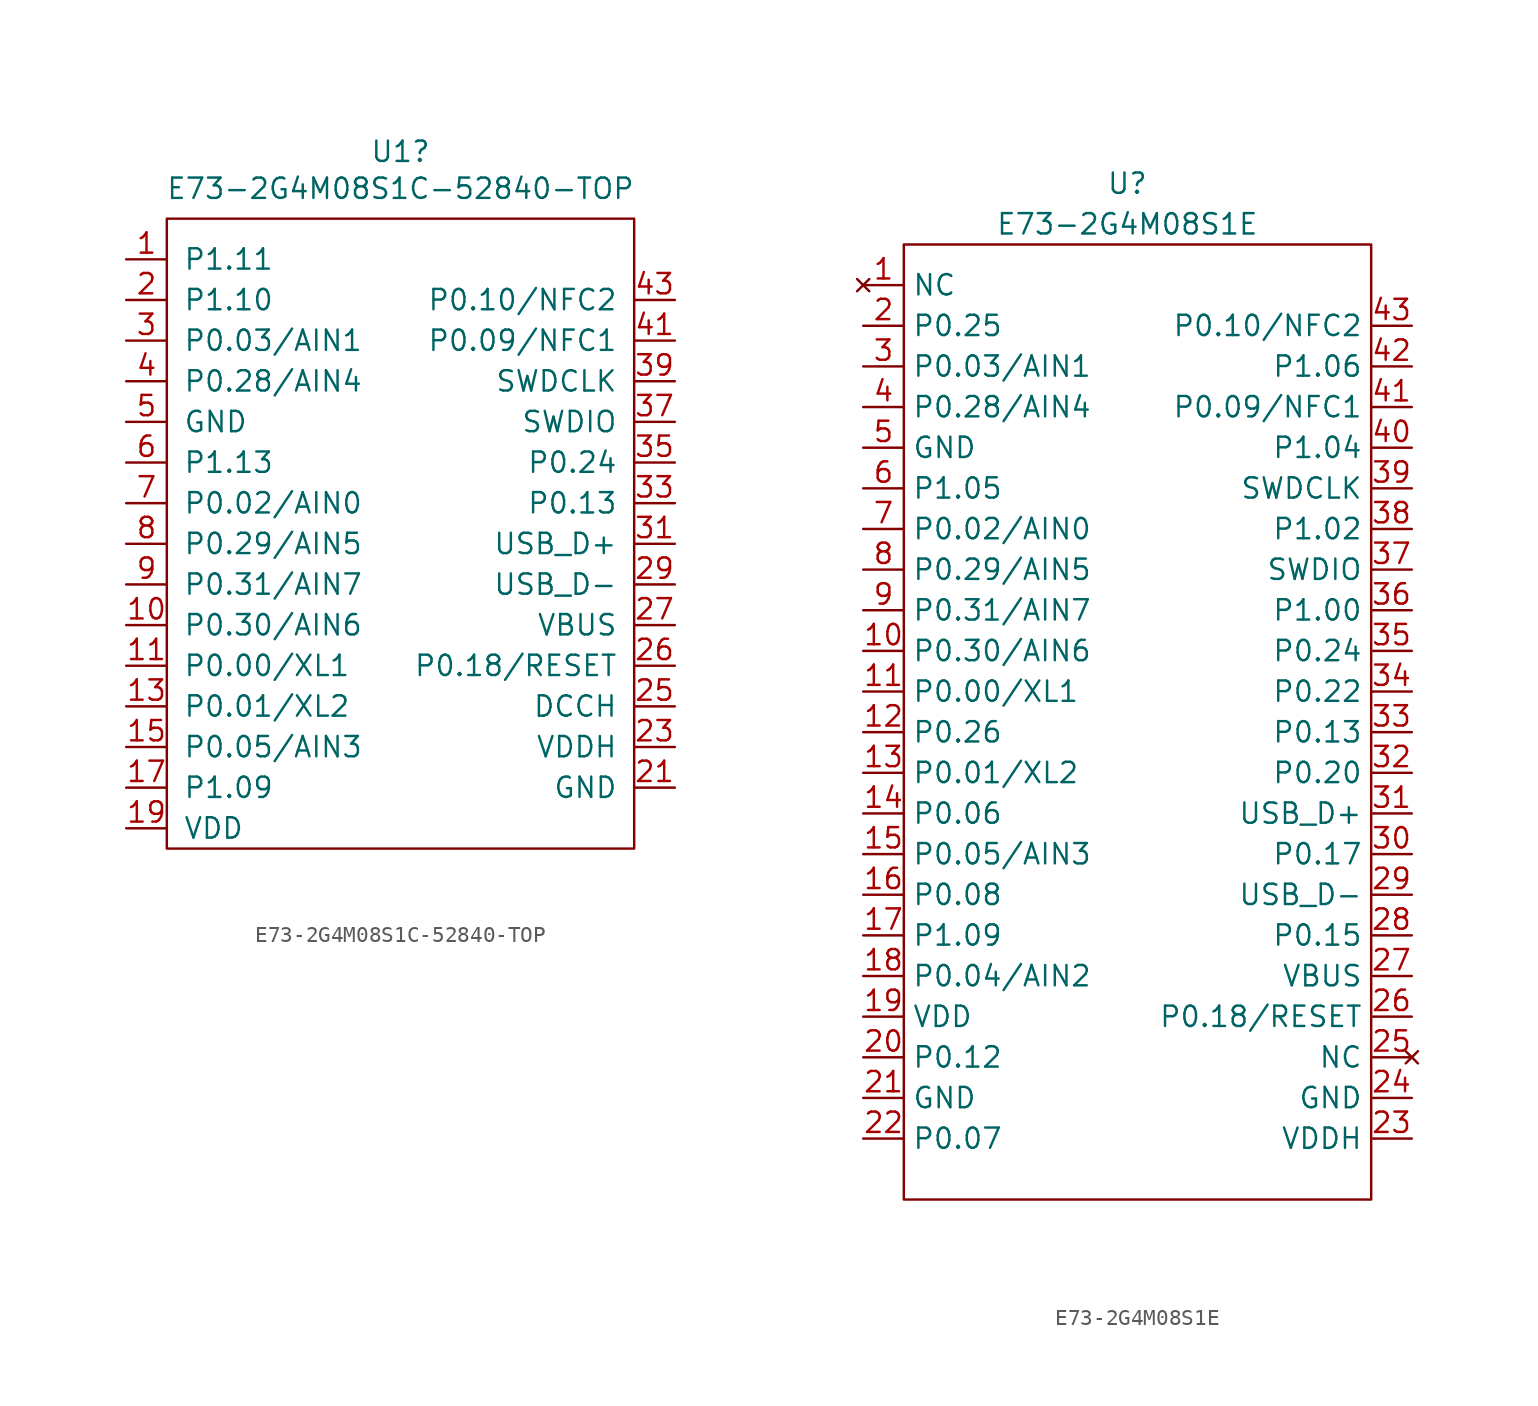
<source format=kicad_sym>
(kicad_symbol_lib
  (version 20231120)
  (generator "kicad_symbol_editor")
  (generator_version "8.0")
  (symbol "E73-2G4M08S1C-52840-TOP"
    (pin_names
      (offset 1.016))
    (property "Reference" "U1"
      (at -0.635 34.671 0)
      (effects (font (size 1.27 1.27))))
    (property "Value" "E73-2G4M08S1C-52840-TOP"
      (at -0.635 32.36 0)
      (effects (font (size 1.27 1.27))))
    (symbol "E73-2G4M08S1C-52840-TOP_0_1"
      (rectangle (start -15.24 30.48) (end 13.97 -8.89) (stroke (width 0) (type default)) (fill (type none))))
    (symbol "E73-2G4M08S1C-52840-TOP_1_1"
      (pin input line (at -17.78 27.94 0) (length 2.54) (name "P1.11" (effects (font (size 1.27 1.27)))) (number "1" (effects (font (size 1.27 1.27)))))
      (pin input line (at -17.78 5.08 0) (length 2.54) (name "P0.30/AIN6" (effects (font (size 1.27 1.27)))) (number "10" (effects (font (size 1.27 1.27)))))
      (pin input line (at -17.78 2.54 0) (length 2.54) (name "P0.00/XL1" (effects (font (size 1.27 1.27)))) (number "11" (effects (font (size 1.27 1.27)))))
      (pin input line (at -17.78 0 0) (length 2.54) (name "P0.01/XL2" (effects (font (size 1.27 1.27)))) (number "13" (effects (font (size 1.27 1.27)))))
      (pin input line (at -17.78 -2.54 0) (length 2.54) (name "P0.05/AIN3" (effects (font (size 1.27 1.27)))) (number "15" (effects (font (size 1.27 1.27)))))
      (pin input line (at -17.78 -5.08 0) (length 2.54) (name "P1.09" (effects (font (size 1.27 1.27)))) (number "17" (effects (font (size 1.27 1.27)))))
      (pin power_in line (at -17.78 -7.62 0) (length 2.54) (name "VDD" (effects (font (size 1.27 1.27)))) (number "19" (effects (font (size 1.27 1.27)))))
      (pin input line (at -17.78 25.4 0) (length 2.54) (name "P1.10" (effects (font (size 1.27 1.27)))) (number "2" (effects (font (size 1.27 1.27)))))
      (pin power_in line (at 16.51 -5.08 180) (length 2.54) (name "GND" (effects (font (size 1.27 1.27)))) (number "21" (effects (font (size 1.27 1.27)))))
      (pin power_in line (at 16.51 -2.54 180) (length 2.54) (name "VDDH" (effects (font (size 1.27 1.27)))) (number "23" (effects (font (size 1.27 1.27)))))
      (pin power_out line (at 16.51 0 180) (length 2.54) (name "DCCH" (effects (font (size 1.27 1.27)))) (number "25" (effects (font (size 1.27 1.27)))))
      (pin input line (at 16.51 2.54 180) (length 2.54) (name "P0.18/RESET" (effects (font (size 1.27 1.27)))) (number "26" (effects (font (size 1.27 1.27)))))
      (pin power_in line (at 16.51 5.08 180) (length 2.54) (name "VBUS" (effects (font (size 1.27 1.27)))) (number "27" (effects (font (size 1.27 1.27)))))
      (pin input line (at 16.51 7.62 180) (length 2.54) (name "USB_D-" (effects (font (size 1.27 1.27)))) (number "29" (effects (font (size 1.27 1.27)))))
      (pin input line (at -17.78 22.86 0) (length 2.54) (name "P0.03/AIN1" (effects (font (size 1.27 1.27)))) (number "3" (effects (font (size 1.27 1.27)))))
      (pin input line (at 16.51 10.16 180) (length 2.54) (name "USB_D+" (effects (font (size 1.27 1.27)))) (number "31" (effects (font (size 1.27 1.27)))))
      (pin input line (at 16.51 12.7 180) (length 2.54) (name "P0.13" (effects (font (size 1.27 1.27)))) (number "33" (effects (font (size 1.27 1.27)))))
      (pin input line (at 16.51 15.24 180) (length 2.54) (name "P0.24" (effects (font (size 1.27 1.27)))) (number "35" (effects (font (size 1.27 1.27)))))
      (pin input line (at 16.51 17.78 180) (length 2.54) (name "SWDIO" (effects (font (size 1.27 1.27)))) (number "37" (effects (font (size 1.27 1.27)))))
      (pin input line (at 16.51 20.32 180) (length 2.54) (name "SWDCLK" (effects (font (size 1.27 1.27)))) (number "39" (effects (font (size 1.27 1.27)))))
      (pin input line (at -17.78 20.32 0) (length 2.54) (name "P0.28/AIN4" (effects (font (size 1.27 1.27)))) (number "4" (effects (font (size 1.27 1.27)))))
      (pin input line (at 16.51 22.86 180) (length 2.54) (name "P0.09/NFC1" (effects (font (size 1.27 1.27)))) (number "41" (effects (font (size 1.27 1.27)))))
      (pin input line (at 16.51 25.4 180) (length 2.54) (name "P0.10/NFC2" (effects (font (size 1.27 1.27)))) (number "43" (effects (font (size 1.27 1.27)))))
      (pin power_in line (at -17.78 17.78 0) (length 2.54) (name "GND" (effects (font (size 1.27 1.27)))) (number "5" (effects (font (size 1.27 1.27)))))
      (pin input line (at -17.78 15.24 0) (length 2.54) (name "P1.13" (effects (font (size 1.27 1.27)))) (number "6" (effects (font (size 1.27 1.27)))))
      (pin input line (at -17.78 12.7 0) (length 2.54) (name "P0.02/AIN0" (effects (font (size 1.27 1.27)))) (number "7" (effects (font (size 1.27 1.27)))))
      (pin input line (at -17.78 10.16 0) (length 2.54) (name "P0.29/AIN5" (effects (font (size 1.27 1.27)))) (number "8" (effects (font (size 1.27 1.27)))))
      (pin input line (at -17.78 7.62 0) (length 2.54) (name "P0.31/AIN7" (effects (font (size 1.27 1.27)))) (number "9" (effects (font (size 1.27 1.27)))))))
  (symbol "E73-2G4M08S1E"
    (property "Reference" "U"
      (at 0 31.75 0)
      (effects (font (size 1.27 1.27))))
    (property "Value" "E73-2G4M08S1E"
      (at 0 29.21 0)
      (effects (font (size 1.27 1.27))))
    (symbol "E73-2G4M08S1E_0_1"
      (rectangle (start -13.97 27.94) (end 15.24 -31.75) (stroke (width 0) (type default)) (fill (type none))))
    (symbol "E73-2G4M08S1E_1_1"
      (pin no_connect line (at -16.51 25.4 0) (length 2.54) (name "NC" (effects (font (size 1.27 1.27)))) (number "1" (effects (font (size 1.27 1.27)))))
      (pin input line (at -16.51 2.54 0) (length 2.54) (name "P0.30/AIN6" (effects (font (size 1.27 1.27)))) (number "10" (effects (font (size 1.27 1.27)))))
      (pin input line (at -16.51 0 0) (length 2.54) (name "P0.00/XL1" (effects (font (size 1.27 1.27)))) (number "11" (effects (font (size 1.27 1.27)))))
      (pin input line (at -16.51 -2.54 0) (length 2.54) (name "P0.26" (effects (font (size 1.27 1.27)))) (number "12" (effects (font (size 1.27 1.27)))))
      (pin input line (at -16.51 -5.08 0) (length 2.54) (name "P0.01/XL2" (effects (font (size 1.27 1.27)))) (number "13" (effects (font (size 1.27 1.27)))))
      (pin input line (at -16.51 -7.62 0) (length 2.54) (name "P0.06" (effects (font (size 1.27 1.27)))) (number "14" (effects (font (size 1.27 1.27)))))
      (pin input line (at -16.51 -10.16 0) (length 2.54) (name "P0.05/AIN3" (effects (font (size 1.27 1.27)))) (number "15" (effects (font (size 1.27 1.27)))))
      (pin input line (at -16.51 -12.7 0) (length 2.54) (name "P0.08" (effects (font (size 1.27 1.27)))) (number "16" (effects (font (size 1.27 1.27)))))
      (pin input line (at -16.51 -15.24 0) (length 2.54) (name "P1.09" (effects (font (size 1.27 1.27)))) (number "17" (effects (font (size 1.27 1.27)))))
      (pin input line (at -16.51 -17.78 0) (length 2.54) (name "P0.04/AIN2" (effects (font (size 1.27 1.27)))) (number "18" (effects (font (size 1.27 1.27)))))
      (pin power_in line (at -16.51 -20.32 0) (length 2.54) (name "VDD" (effects (font (size 1.27 1.27)))) (number "19" (effects (font (size 1.27 1.27)))))
      (pin input line (at -16.51 22.86 0) (length 2.54) (name "P0.25" (effects (font (size 1.27 1.27)))) (number "2" (effects (font (size 1.27 1.27)))))
      (pin input line (at -16.51 -22.86 0) (length 2.54) (name "P0.12" (effects (font (size 1.27 1.27)))) (number "20" (effects (font (size 1.27 1.27)))))
      (pin power_in line (at -16.51 -25.4 0) (length 2.54) (name "GND" (effects (font (size 1.27 1.27)))) (number "21" (effects (font (size 1.27 1.27)))))
      (pin input line (at -16.51 -27.94 0) (length 2.54) (name "P0.07" (effects (font (size 1.27 1.27)))) (number "22" (effects (font (size 1.27 1.27)))))
      (pin power_in line (at 17.78 -27.94 180) (length 2.54) (name "VDDH" (effects (font (size 1.27 1.27)))) (number "23" (effects (font (size 1.27 1.27)))))
      (pin power_in line (at 17.78 -25.4 180) (length 2.54) (name "GND" (effects (font (size 1.27 1.27)))) (number "24" (effects (font (size 1.27 1.27)))))
      (pin no_connect line (at 17.78 -22.86 180) (length 2.54) (name "NC" (effects (font (size 1.27 1.27)))) (number "25" (effects (font (size 1.27 1.27)))))
      (pin input line (at 17.78 -20.32 180) (length 2.54) (name "P0.18/RESET" (effects (font (size 1.27 1.27)))) (number "26" (effects (font (size 1.27 1.27)))))
      (pin power_in line (at 17.78 -17.78 180) (length 2.54) (name "VBUS" (effects (font (size 1.27 1.27)))) (number "27" (effects (font (size 1.27 1.27)))))
      (pin power_in line (at 17.78 -15.24 180) (length 2.54) (name "P0.15" (effects (font (size 1.27 1.27)))) (number "28" (effects (font (size 1.27 1.27)))))
      (pin input line (at 17.78 -12.7 180) (length 2.54) (name "USB_D-" (effects (font (size 1.27 1.27)))) (number "29" (effects (font (size 1.27 1.27)))))
      (pin input line (at -16.51 20.32 0) (length 2.54) (name "P0.03/AIN1" (effects (font (size 1.27 1.27)))) (number "3" (effects (font (size 1.27 1.27)))))
      (pin input line (at 17.78 -10.16 180) (length 2.54) (name "P0.17" (effects (font (size 1.27 1.27)))) (number "30" (effects (font (size 1.27 1.27)))))
      (pin input line (at 17.78 -7.62 180) (length 2.54) (name "USB_D+" (effects (font (size 1.27 1.27)))) (number "31" (effects (font (size 1.27 1.27)))))
      (pin input line (at 17.78 -5.08 180) (length 2.54) (name "P0.20" (effects (font (size 1.27 1.27)))) (number "32" (effects (font (size 1.27 1.27)))))
      (pin input line (at 17.78 -2.54 180) (length 2.54) (name "P0.13" (effects (font (size 1.27 1.27)))) (number "33" (effects (font (size 1.27 1.27)))))
      (pin input line (at 17.78 0 180) (length 2.54) (name "P0.22" (effects (font (size 1.27 1.27)))) (number "34" (effects (font (size 1.27 1.27)))))
      (pin input line (at 17.78 2.54 180) (length 2.54) (name "P0.24" (effects (font (size 1.27 1.27)))) (number "35" (effects (font (size 1.27 1.27)))))
      (pin input line (at 17.78 5.08 180) (length 2.54) (name "P1.00" (effects (font (size 1.27 1.27)))) (number "36" (effects (font (size 1.27 1.27)))))
      (pin input line (at 17.78 7.62 180) (length 2.54) (name "SWDIO" (effects (font (size 1.27 1.27)))) (number "37" (effects (font (size 1.27 1.27)))))
      (pin input line (at 17.78 10.16 180) (length 2.54) (name "P1.02" (effects (font (size 1.27 1.27)))) (number "38" (effects (font (size 1.27 1.27)))))
      (pin input line (at 17.78 12.7 180) (length 2.54) (name "SWDCLK" (effects (font (size 1.27 1.27)))) (number "39" (effects (font (size 1.27 1.27)))))
      (pin input line (at -16.51 17.78 0) (length 2.54) (name "P0.28/AIN4" (effects (font (size 1.27 1.27)))) (number "4" (effects (font (size 1.27 1.27)))))
      (pin input line (at 17.78 15.24 180) (length 2.54) (name "P1.04" (effects (font (size 1.27 1.27)))) (number "40" (effects (font (size 1.27 1.27)))))
      (pin input line (at 17.78 17.78 180) (length 2.54) (name "P0.09/NFC1" (effects (font (size 1.27 1.27)))) (number "41" (effects (font (size 1.27 1.27)))))
      (pin input line (at 17.78 20.32 180) (length 2.54) (name "P1.06" (effects (font (size 1.27 1.27)))) (number "42" (effects (font (size 1.27 1.27)))))
      (pin input line (at 17.78 22.86 180) (length 2.54) (name "P0.10/NFC2" (effects (font (size 1.27 1.27)))) (number "43" (effects (font (size 1.27 1.27)))))
      (pin power_in line (at -16.51 15.24 0) (length 2.54) (name "GND" (effects (font (size 1.27 1.27)))) (number "5" (effects (font (size 1.27 1.27)))))
      (pin input line (at -16.51 12.7 0) (length 2.54) (name "P1.05" (effects (font (size 1.27 1.27)))) (number "6" (effects (font (size 1.27 1.27)))))
      (pin input line (at -16.51 10.16 0) (length 2.54) (name "P0.02/AIN0" (effects (font (size 1.27 1.27)))) (number "7" (effects (font (size 1.27 1.27)))))
      (pin input line (at -16.51 7.62 0) (length 2.54) (name "P0.29/AIN5" (effects (font (size 1.27 1.27)))) (number "8" (effects (font (size 1.27 1.27)))))
      (pin input line (at -16.51 5.08 0) (length 2.54) (name "P0.31/AIN7" (effects (font (size 1.27 1.27)))) (number "9" (effects (font (size 1.27 1.27))))))))
</source>
